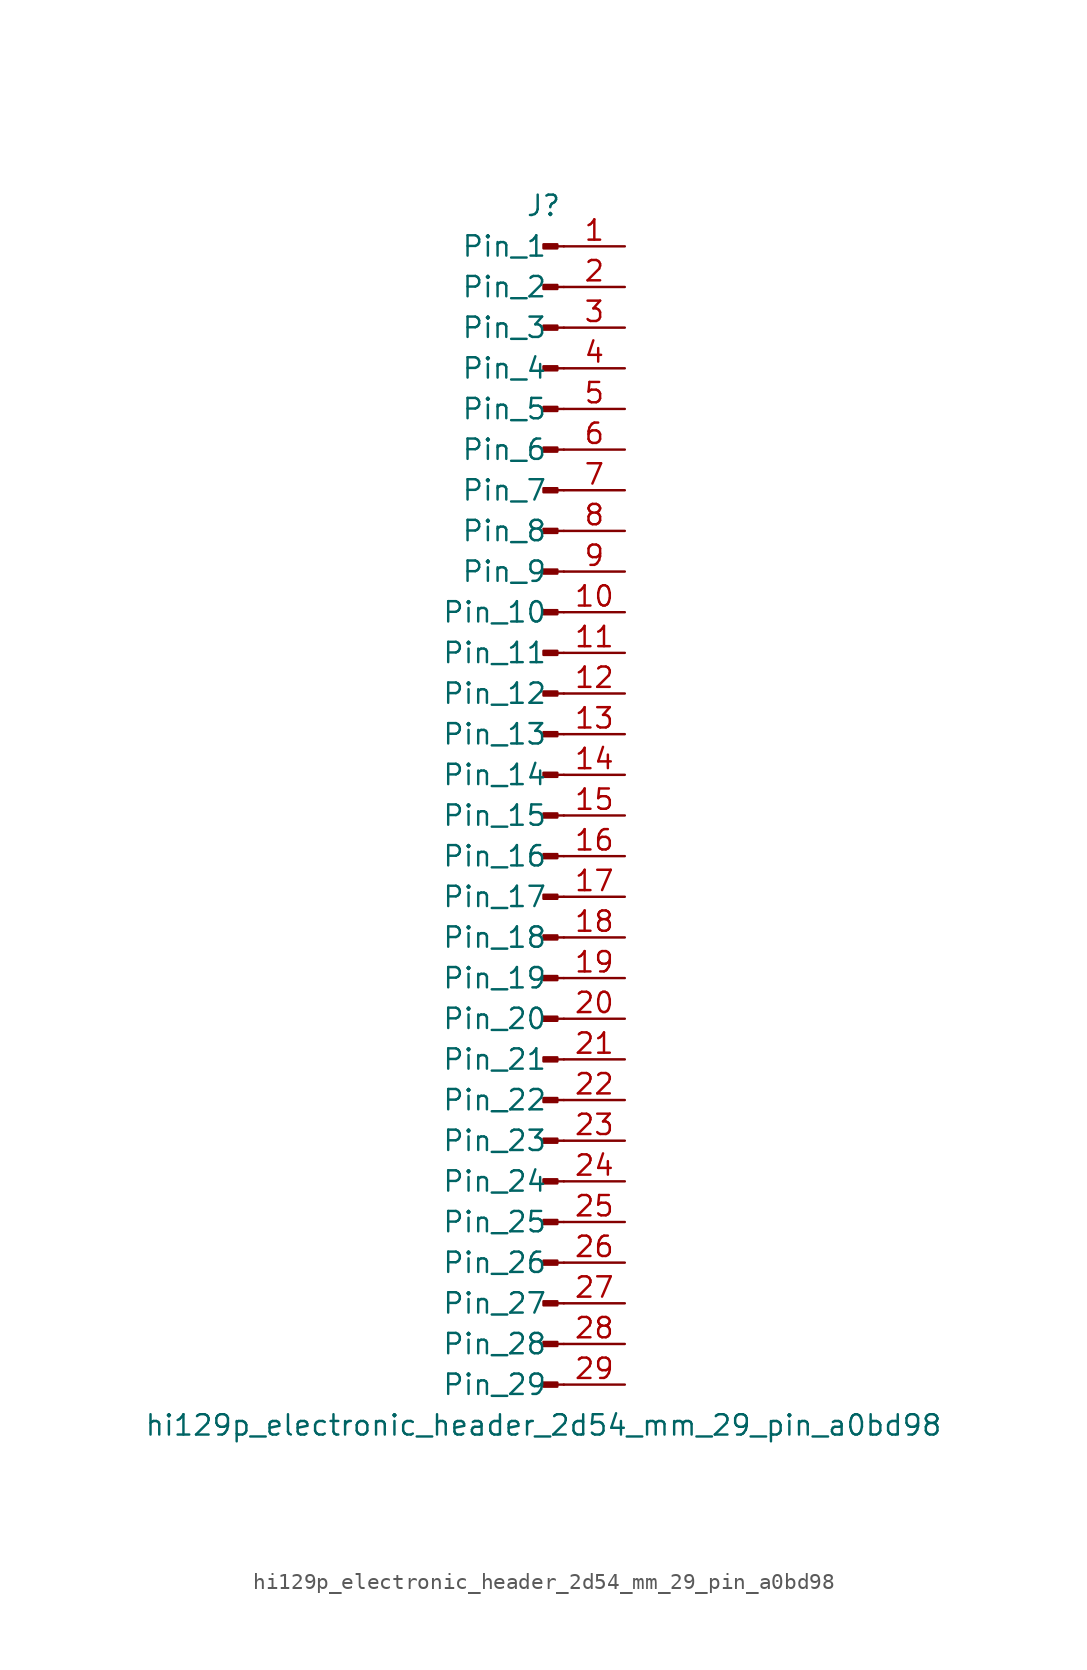
<source format=kicad_sym>
(kicad_symbol_lib
  (version 20220914)
  (generator kicad_symbol_editor)
  (symbol "hi129p_electronic_header_2d54_mm_29_pin_a0bd98"
    (pin_names
      (offset 1.016))
    (property "Reference" "J"
      (at 0 38.1 0)
      (effects (font (size 1.27 1.27))))
    (property "Value" "hi129p_electronic_header_2d54_mm_29_pin_a0bd98"
      (at 0 -38.1 0)
      (effects (font (size 1.27 1.27))))
    (property "ki_locked" ""
      (at 0 0 0)
      (effects (font (size 1.27 1.27))))
    (symbol "hi129p_electronic_header_2d54_mm_29_pin_a0bd98_1_1"
      (polyline (pts (xy 1.27 -35.56) (xy 0.864 -35.56)) (stroke (width 0.152) (type default)) (fill (type none)))
      (polyline (pts (xy 1.27 -33.02) (xy 0.864 -33.02)) (stroke (width 0.152) (type default)) (fill (type none)))
      (polyline (pts (xy 1.27 -30.48) (xy 0.864 -30.48)) (stroke (width 0.152) (type default)) (fill (type none)))
      (polyline (pts (xy 1.27 -27.94) (xy 0.864 -27.94)) (stroke (width 0.152) (type default)) (fill (type none)))
      (polyline (pts (xy 1.27 -25.4) (xy 0.864 -25.4)) (stroke (width 0.152) (type default)) (fill (type none)))
      (polyline (pts (xy 1.27 -22.86) (xy 0.864 -22.86)) (stroke (width 0.152) (type default)) (fill (type none)))
      (polyline (pts (xy 1.27 -20.32) (xy 0.864 -20.32)) (stroke (width 0.152) (type default)) (fill (type none)))
      (polyline (pts (xy 1.27 -17.78) (xy 0.864 -17.78)) (stroke (width 0.152) (type default)) (fill (type none)))
      (polyline (pts (xy 1.27 -15.24) (xy 0.864 -15.24)) (stroke (width 0.152) (type default)) (fill (type none)))
      (polyline (pts (xy 1.27 -12.7) (xy 0.864 -12.7)) (stroke (width 0.152) (type default)) (fill (type none)))
      (polyline (pts (xy 1.27 -10.16) (xy 0.864 -10.16)) (stroke (width 0.152) (type default)) (fill (type none)))
      (polyline (pts (xy 1.27 -7.62) (xy 0.864 -7.62)) (stroke (width 0.152) (type default)) (fill (type none)))
      (polyline (pts (xy 1.27 -5.08) (xy 0.864 -5.08)) (stroke (width 0.152) (type default)) (fill (type none)))
      (polyline (pts (xy 1.27 -2.54) (xy 0.864 -2.54)) (stroke (width 0.152) (type default)) (fill (type none)))
      (polyline (pts (xy 1.27 0) (xy 0.864 0)) (stroke (width 0.152) (type default)) (fill (type none)))
      (polyline (pts (xy 1.27 2.54) (xy 0.864 2.54)) (stroke (width 0.152) (type default)) (fill (type none)))
      (polyline (pts (xy 1.27 5.08) (xy 0.864 5.08)) (stroke (width 0.152) (type default)) (fill (type none)))
      (polyline (pts (xy 1.27 7.62) (xy 0.864 7.62)) (stroke (width 0.152) (type default)) (fill (type none)))
      (polyline (pts (xy 1.27 10.16) (xy 0.864 10.16)) (stroke (width 0.152) (type default)) (fill (type none)))
      (polyline (pts (xy 1.27 12.7) (xy 0.864 12.7)) (stroke (width 0.152) (type default)) (fill (type none)))
      (polyline (pts (xy 1.27 15.24) (xy 0.864 15.24)) (stroke (width 0.152) (type default)) (fill (type none)))
      (polyline (pts (xy 1.27 17.78) (xy 0.864 17.78)) (stroke (width 0.152) (type default)) (fill (type none)))
      (polyline (pts (xy 1.27 20.32) (xy 0.864 20.32)) (stroke (width 0.152) (type default)) (fill (type none)))
      (polyline (pts (xy 1.27 22.86) (xy 0.864 22.86)) (stroke (width 0.152) (type default)) (fill (type none)))
      (polyline (pts (xy 1.27 25.4) (xy 0.864 25.4)) (stroke (width 0.152) (type default)) (fill (type none)))
      (polyline (pts (xy 1.27 27.94) (xy 0.864 27.94)) (stroke (width 0.152) (type default)) (fill (type none)))
      (polyline (pts (xy 1.27 30.48) (xy 0.864 30.48)) (stroke (width 0.152) (type default)) (fill (type none)))
      (polyline (pts (xy 1.27 33.02) (xy 0.864 33.02)) (stroke (width 0.152) (type default)) (fill (type none)))
      (polyline (pts (xy 1.27 35.56) (xy 0.864 35.56)) (stroke (width 0.152) (type default)) (fill (type none)))
      (rectangle (start 0.864 -35.433) (end 0 -35.687) (stroke (width 0.152) (type default)) (fill (type outline)))
      (rectangle (start 0.864 -32.893) (end 0 -33.147) (stroke (width 0.152) (type default)) (fill (type outline)))
      (rectangle (start 0.864 -30.353) (end 0 -30.607) (stroke (width 0.152) (type default)) (fill (type outline)))
      (rectangle (start 0.864 -27.813) (end 0 -28.067) (stroke (width 0.152) (type default)) (fill (type outline)))
      (rectangle (start 0.864 -25.273) (end 0 -25.527) (stroke (width 0.152) (type default)) (fill (type outline)))
      (rectangle (start 0.864 -22.733) (end 0 -22.987) (stroke (width 0.152) (type default)) (fill (type outline)))
      (rectangle (start 0.864 -20.193) (end 0 -20.447) (stroke (width 0.152) (type default)) (fill (type outline)))
      (rectangle (start 0.864 -17.653) (end 0 -17.907) (stroke (width 0.152) (type default)) (fill (type outline)))
      (rectangle (start 0.864 -15.113) (end 0 -15.367) (stroke (width 0.152) (type default)) (fill (type outline)))
      (rectangle (start 0.864 -12.573) (end 0 -12.827) (stroke (width 0.152) (type default)) (fill (type outline)))
      (rectangle (start 0.864 -10.033) (end 0 -10.287) (stroke (width 0.152) (type default)) (fill (type outline)))
      (rectangle (start 0.864 -7.493) (end 0 -7.747) (stroke (width 0.152) (type default)) (fill (type outline)))
      (rectangle (start 0.864 -4.953) (end 0 -5.207) (stroke (width 0.152) (type default)) (fill (type outline)))
      (rectangle (start 0.864 -2.413) (end 0 -2.667) (stroke (width 0.152) (type default)) (fill (type outline)))
      (rectangle (start 0.864 0.127) (end 0 -0.127) (stroke (width 0.152) (type default)) (fill (type outline)))
      (rectangle (start 0.864 2.667) (end 0 2.413) (stroke (width 0.152) (type default)) (fill (type outline)))
      (rectangle (start 0.864 5.207) (end 0 4.953) (stroke (width 0.152) (type default)) (fill (type outline)))
      (rectangle (start 0.864 7.747) (end 0 7.493) (stroke (width 0.152) (type default)) (fill (type outline)))
      (rectangle (start 0.864 10.287) (end 0 10.033) (stroke (width 0.152) (type default)) (fill (type outline)))
      (rectangle (start 0.864 12.827) (end 0 12.573) (stroke (width 0.152) (type default)) (fill (type outline)))
      (rectangle (start 0.864 15.367) (end 0 15.113) (stroke (width 0.152) (type default)) (fill (type outline)))
      (rectangle (start 0.864 17.907) (end 0 17.653) (stroke (width 0.152) (type default)) (fill (type outline)))
      (rectangle (start 0.864 20.447) (end 0 20.193) (stroke (width 0.152) (type default)) (fill (type outline)))
      (rectangle (start 0.864 22.987) (end 0 22.733) (stroke (width 0.152) (type default)) (fill (type outline)))
      (rectangle (start 0.864 25.527) (end 0 25.273) (stroke (width 0.152) (type default)) (fill (type outline)))
      (rectangle (start 0.864 28.067) (end 0 27.813) (stroke (width 0.152) (type default)) (fill (type outline)))
      (rectangle (start 0.864 30.607) (end 0 30.353) (stroke (width 0.152) (type default)) (fill (type outline)))
      (rectangle (start 0.864 33.147) (end 0 32.893) (stroke (width 0.152) (type default)) (fill (type outline)))
      (rectangle (start 0.864 35.687) (end 0 35.433) (stroke (width 0.152) (type default)) (fill (type outline)))
      (pin passive line (at 5.08 35.56 180) (length 3.81) (name "Pin_1" (effects (font (size 1.27 1.27)))) (number "1" (effects (font (size 1.27 1.27)))))
      (pin passive line (at 5.08 12.7 180) (length 3.81) (name "Pin_10" (effects (font (size 1.27 1.27)))) (number "10" (effects (font (size 1.27 1.27)))))
      (pin passive line (at 5.08 10.16 180) (length 3.81) (name "Pin_11" (effects (font (size 1.27 1.27)))) (number "11" (effects (font (size 1.27 1.27)))))
      (pin passive line (at 5.08 7.62 180) (length 3.81) (name "Pin_12" (effects (font (size 1.27 1.27)))) (number "12" (effects (font (size 1.27 1.27)))))
      (pin passive line (at 5.08 5.08 180) (length 3.81) (name "Pin_13" (effects (font (size 1.27 1.27)))) (number "13" (effects (font (size 1.27 1.27)))))
      (pin passive line (at 5.08 2.54 180) (length 3.81) (name "Pin_14" (effects (font (size 1.27 1.27)))) (number "14" (effects (font (size 1.27 1.27)))))
      (pin passive line (at 5.08 0 180) (length 3.81) (name "Pin_15" (effects (font (size 1.27 1.27)))) (number "15" (effects (font (size 1.27 1.27)))))
      (pin passive line (at 5.08 -2.54 180) (length 3.81) (name "Pin_16" (effects (font (size 1.27 1.27)))) (number "16" (effects (font (size 1.27 1.27)))))
      (pin passive line (at 5.08 -5.08 180) (length 3.81) (name "Pin_17" (effects (font (size 1.27 1.27)))) (number "17" (effects (font (size 1.27 1.27)))))
      (pin passive line (at 5.08 -7.62 180) (length 3.81) (name "Pin_18" (effects (font (size 1.27 1.27)))) (number "18" (effects (font (size 1.27 1.27)))))
      (pin passive line (at 5.08 -10.16 180) (length 3.81) (name "Pin_19" (effects (font (size 1.27 1.27)))) (number "19" (effects (font (size 1.27 1.27)))))
      (pin passive line (at 5.08 33.02 180) (length 3.81) (name "Pin_2" (effects (font (size 1.27 1.27)))) (number "2" (effects (font (size 1.27 1.27)))))
      (pin passive line (at 5.08 -12.7 180) (length 3.81) (name "Pin_20" (effects (font (size 1.27 1.27)))) (number "20" (effects (font (size 1.27 1.27)))))
      (pin passive line (at 5.08 -15.24 180) (length 3.81) (name "Pin_21" (effects (font (size 1.27 1.27)))) (number "21" (effects (font (size 1.27 1.27)))))
      (pin passive line (at 5.08 -17.78 180) (length 3.81) (name "Pin_22" (effects (font (size 1.27 1.27)))) (number "22" (effects (font (size 1.27 1.27)))))
      (pin passive line (at 5.08 -20.32 180) (length 3.81) (name "Pin_23" (effects (font (size 1.27 1.27)))) (number "23" (effects (font (size 1.27 1.27)))))
      (pin passive line (at 5.08 -22.86 180) (length 3.81) (name "Pin_24" (effects (font (size 1.27 1.27)))) (number "24" (effects (font (size 1.27 1.27)))))
      (pin passive line (at 5.08 -25.4 180) (length 3.81) (name "Pin_25" (effects (font (size 1.27 1.27)))) (number "25" (effects (font (size 1.27 1.27)))))
      (pin passive line (at 5.08 -27.94 180) (length 3.81) (name "Pin_26" (effects (font (size 1.27 1.27)))) (number "26" (effects (font (size 1.27 1.27)))))
      (pin passive line (at 5.08 -30.48 180) (length 3.81) (name "Pin_27" (effects (font (size 1.27 1.27)))) (number "27" (effects (font (size 1.27 1.27)))))
      (pin passive line (at 5.08 -33.02 180) (length 3.81) (name "Pin_28" (effects (font (size 1.27 1.27)))) (number "28" (effects (font (size 1.27 1.27)))))
      (pin passive line (at 5.08 -35.56 180) (length 3.81) (name "Pin_29" (effects (font (size 1.27 1.27)))) (number "29" (effects (font (size 1.27 1.27)))))
      (pin passive line (at 5.08 30.48 180) (length 3.81) (name "Pin_3" (effects (font (size 1.27 1.27)))) (number "3" (effects (font (size 1.27 1.27)))))
      (pin passive line (at 5.08 27.94 180) (length 3.81) (name "Pin_4" (effects (font (size 1.27 1.27)))) (number "4" (effects (font (size 1.27 1.27)))))
      (pin passive line (at 5.08 25.4 180) (length 3.81) (name "Pin_5" (effects (font (size 1.27 1.27)))) (number "5" (effects (font (size 1.27 1.27)))))
      (pin passive line (at 5.08 22.86 180) (length 3.81) (name "Pin_6" (effects (font (size 1.27 1.27)))) (number "6" (effects (font (size 1.27 1.27)))))
      (pin passive line (at 5.08 20.32 180) (length 3.81) (name "Pin_7" (effects (font (size 1.27 1.27)))) (number "7" (effects (font (size 1.27 1.27)))))
      (pin passive line (at 5.08 17.78 180) (length 3.81) (name "Pin_8" (effects (font (size 1.27 1.27)))) (number "8" (effects (font (size 1.27 1.27)))))
      (pin passive line (at 5.08 15.24 180) (length 3.81) (name "Pin_9" (effects (font (size 1.27 1.27)))) (number "9" (effects (font (size 1.27 1.27))))))))
</source>
